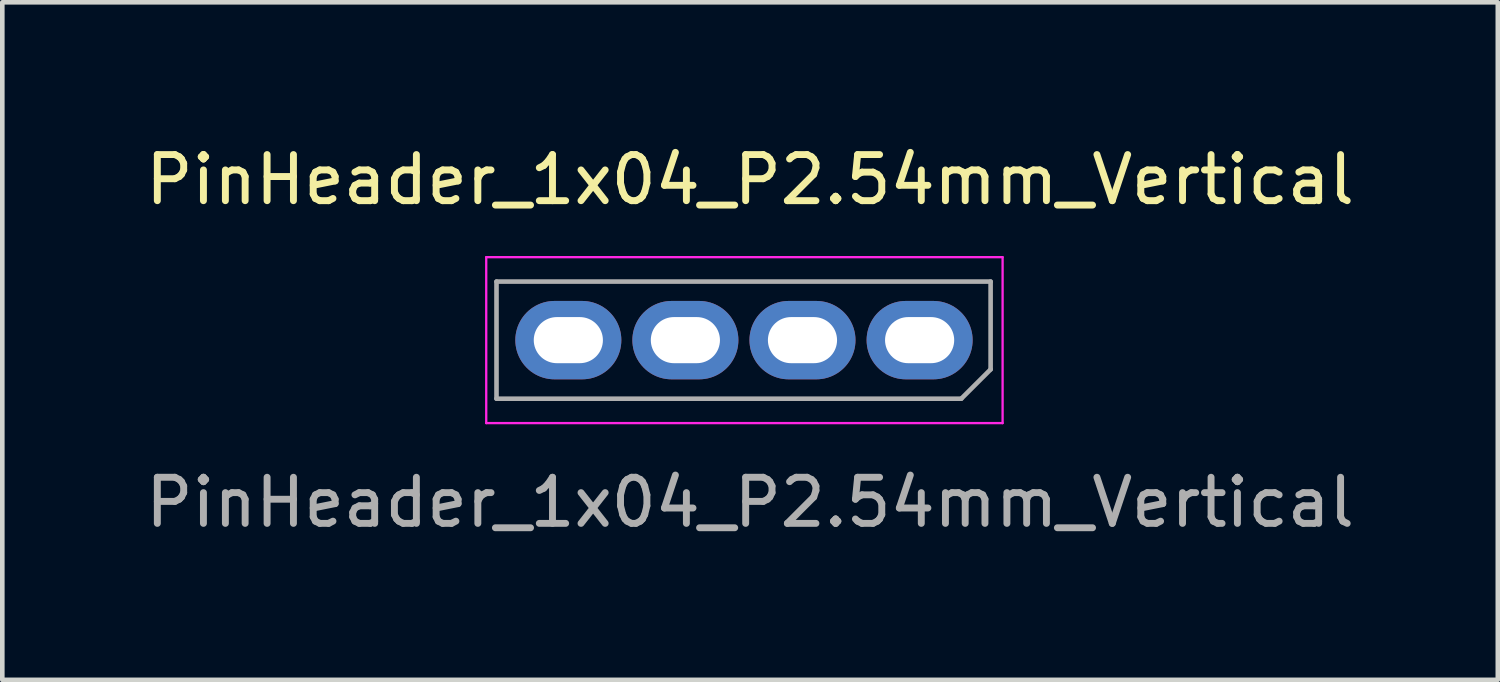
<source format=kicad_pcb>
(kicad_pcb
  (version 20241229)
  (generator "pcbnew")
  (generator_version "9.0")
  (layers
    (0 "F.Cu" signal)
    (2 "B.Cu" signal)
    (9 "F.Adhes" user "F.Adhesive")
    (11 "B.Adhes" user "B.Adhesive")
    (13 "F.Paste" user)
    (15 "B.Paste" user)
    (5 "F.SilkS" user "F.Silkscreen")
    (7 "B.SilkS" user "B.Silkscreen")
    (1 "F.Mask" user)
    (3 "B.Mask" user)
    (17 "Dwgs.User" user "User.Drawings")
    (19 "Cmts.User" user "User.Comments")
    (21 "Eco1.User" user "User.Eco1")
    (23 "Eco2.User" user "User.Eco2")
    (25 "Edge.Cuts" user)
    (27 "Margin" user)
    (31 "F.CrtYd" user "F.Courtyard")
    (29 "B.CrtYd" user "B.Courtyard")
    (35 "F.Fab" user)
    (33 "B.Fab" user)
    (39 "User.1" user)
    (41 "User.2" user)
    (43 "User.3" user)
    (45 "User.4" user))
  (footprint "PinHeader_1x04_P2.54mm_Vertical"
    (layer "F.Cu")
    (at 13.22 4.348)
    (property "Reference" "PinHeader_1x04_P2.54mm_Vertical" (at 0 -3.5 0) (layer "F.SilkS") (effects (font (size 1 1) (thickness 0.15))))
    (attr through_hole)
    (fp_line (start -5.723 -1.82) (end 5.478 -1.82) (stroke (width 0.05) (type solid)) (layer "F.CrtYd"))
    (fp_line (start -5.723 1.78) (end -5.723 -1.82) (stroke (width 0.05) (type solid)) (layer "F.CrtYd"))
    (fp_line (start 5.478 -1.82) (end 5.478 1.78) (stroke (width 0.05) (type solid)) (layer "F.CrtYd"))
    (fp_line (start 5.478 1.78) (end -5.723 1.78) (stroke (width 0.05) (type solid)) (layer "F.CrtYd"))
    (fp_line (start -5.5 -1.29) (end -5.5 1.25) (stroke (width 0.1) (type solid)) (layer "F.Fab"))
    (fp_line (start -5.5 1.25) (end 4.582 1.25) (stroke (width 0.1) (type solid)) (layer "F.Fab"))
    (fp_line (start 4.582 1.25) (end 5.218 0.615) (stroke (width 0.1) (type solid)) (layer "F.Fab"))
    (fp_line (start 5.218 -1.29) (end -5.5 -1.29) (stroke (width 0.1) (type solid)) (layer "F.Fab"))
    (fp_line (start 5.218 0.615) (end 5.218 -1.29) (stroke (width 0.1) (type solid)) (layer "F.Fab"))
    (fp_text user "${REFERENCE}" (at 0 3.5 180) (layer "F.Fab") (effects (font (size 1 1) (thickness 0.15))))
    (pad "1" thru_hole oval (at 3.678 -0.02 270) (size 1.7 2.3) (drill oval 1 1.5) (layers "*.Cu" "*.Mask"))
    (pad "2" thru_hole oval (at 1.137 -0.02 270) (size 1.7 2.3) (drill oval 1 1.5) (layers "*.Cu" "*.Mask"))
    (pad "3" thru_hole oval (at -1.403 -0.02 270) (size 1.7 2.3) (drill oval 1 1.5) (layers "*.Cu" "*.Mask"))
    (pad "4" thru_hole oval (at -3.942 -0.02 270) (size 1.7 2.3) (drill oval 1 1.5) (layers "*.Cu" "*.Mask")))
  (gr_rect
    (start -3 -3)
    (end 29.44 11.697)
    (stroke (width 0.1) (type default))
    (fill no)
    (layer "Edge.Cuts")))
</source>
